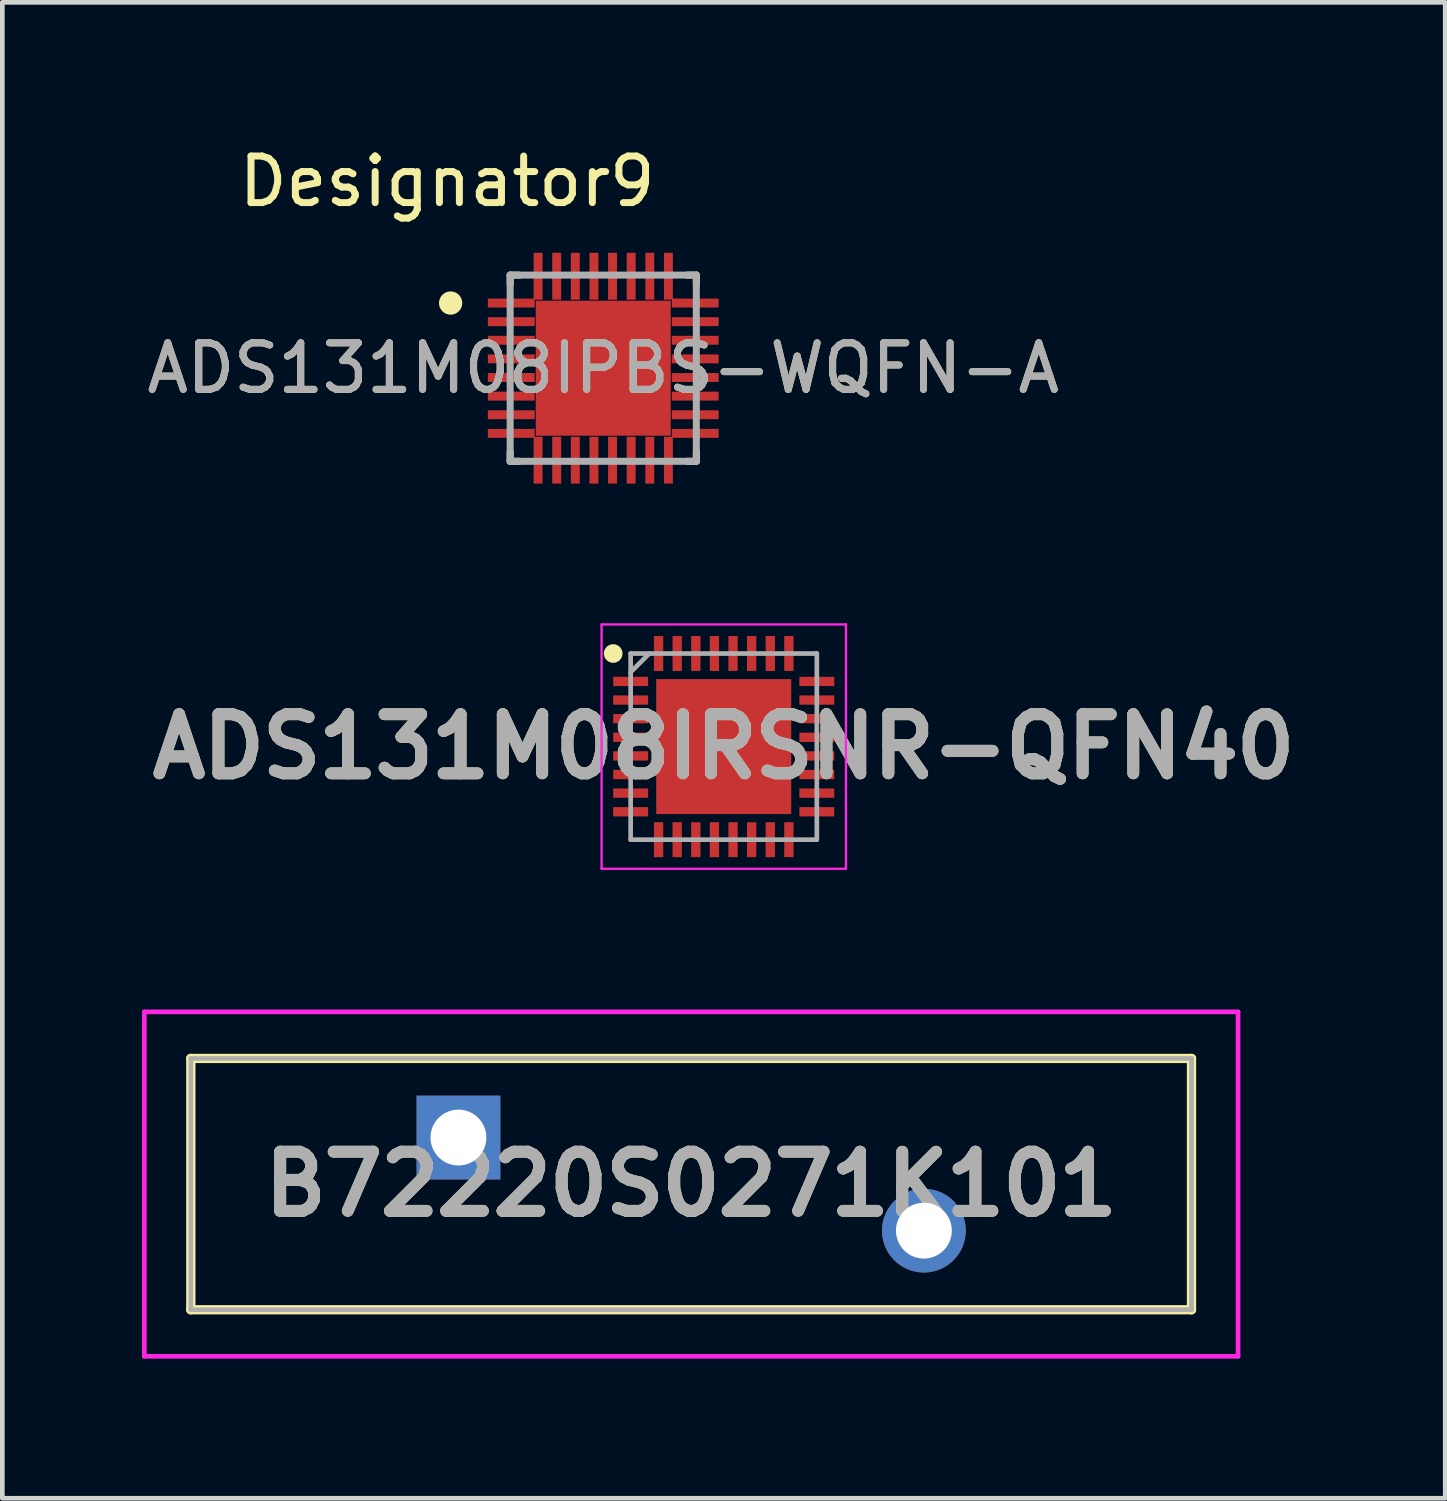
<source format=kicad_pcb>
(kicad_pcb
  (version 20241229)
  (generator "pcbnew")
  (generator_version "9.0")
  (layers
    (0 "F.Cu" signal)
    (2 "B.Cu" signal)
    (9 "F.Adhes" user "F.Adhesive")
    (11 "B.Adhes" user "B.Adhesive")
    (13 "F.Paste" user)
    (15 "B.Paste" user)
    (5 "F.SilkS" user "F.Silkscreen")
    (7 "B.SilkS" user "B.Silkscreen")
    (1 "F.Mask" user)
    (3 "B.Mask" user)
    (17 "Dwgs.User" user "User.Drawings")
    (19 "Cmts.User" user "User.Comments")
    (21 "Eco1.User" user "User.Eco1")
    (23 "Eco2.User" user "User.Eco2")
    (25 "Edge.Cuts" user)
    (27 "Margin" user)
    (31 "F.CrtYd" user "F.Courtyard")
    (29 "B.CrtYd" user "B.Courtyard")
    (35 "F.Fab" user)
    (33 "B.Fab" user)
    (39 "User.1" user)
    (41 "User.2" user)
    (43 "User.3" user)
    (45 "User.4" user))
  (footprint "ADS131M08IRSNR-QFN40"
    (layer "F.Cu")
    (at 12.5 12.991)
    (property "Reference" "ADS131M08IRSNR-QFN40" (at 0 0 0) (layer "F.SilkS") (effects (font (size 1.27 1.27) (thickness 0.254))))
    (attr smd)
    (fp_circle (center -2.375 -2) (end -2.375 -1.9) (stroke (width 0.2) (type solid)) (fill no) (layer "F.SilkS"))
    (fp_line (start -2.625 -2.625) (end 2.625 -2.625) (stroke (width 0.05) (type solid)) (layer "F.CrtYd"))
    (fp_line (start -2.625 2.625) (end -2.625 -2.625) (stroke (width 0.05) (type solid)) (layer "F.CrtYd"))
    (fp_line (start 2.625 -2.625) (end 2.625 2.625) (stroke (width 0.05) (type solid)) (layer "F.CrtYd"))
    (fp_line (start 2.625 2.625) (end -2.625 2.625) (stroke (width 0.05) (type solid)) (layer "F.CrtYd"))
    (fp_line (start -2 -2) (end 2 -2) (stroke (width 0.1) (type solid)) (layer "F.Fab"))
    (fp_line (start -2 -1.6) (end -1.6 -2) (stroke (width 0.1) (type solid)) (layer "F.Fab"))
    (fp_line (start -2 2) (end -2 -2) (stroke (width 0.1) (type solid)) (layer "F.Fab"))
    (fp_line (start 2 -2) (end 2 2) (stroke (width 0.1) (type solid)) (layer "F.Fab"))
    (fp_line (start 2 2) (end -2 2) (stroke (width 0.1) (type solid)) (layer "F.Fab"))
    (fp_text user "${REFERENCE}" (at 0 0 0) (layer "F.Fab") (effects (font (size 1.27 1.27) (thickness 0.254))))
    (pad "1" smd rect (at -2 -1.4 90) (size 0.2 0.75) (layers "F.Cu" "F.Mask" "F.Paste"))
    (pad "2" smd rect (at -2 -1 90) (size 0.2 0.75) (layers "F.Cu" "F.Mask" "F.Paste"))
    (pad "3" smd rect (at -2 -0.6 90) (size 0.2 0.75) (layers "F.Cu" "F.Mask" "F.Paste"))
    (pad "4" smd rect (at -2 -0.2 90) (size 0.2 0.75) (layers "F.Cu" "F.Mask" "F.Paste"))
    (pad "5" smd rect (at -2 0.2 90) (size 0.2 0.75) (layers "F.Cu" "F.Mask" "F.Paste"))
    (pad "6" smd rect (at -2 0.6 90) (size 0.2 0.75) (layers "F.Cu" "F.Mask" "F.Paste"))
    (pad "7" smd rect (at -2 1 90) (size 0.2 0.75) (layers "F.Cu" "F.Mask" "F.Paste"))
    (pad "8" smd rect (at -2 1.4 90) (size 0.2 0.75) (layers "F.Cu" "F.Mask" "F.Paste"))
    (pad "9" smd rect (at -1.4 2) (size 0.2 0.75) (layers "F.Cu" "F.Mask" "F.Paste"))
    (pad "10" smd rect (at -1 2) (size 0.2 0.75) (layers "F.Cu" "F.Mask" "F.Paste"))
    (pad "11" smd rect (at -0.6 2) (size 0.2 0.75) (layers "F.Cu" "F.Mask" "F.Paste"))
    (pad "12" smd rect (at -0.2 2) (size 0.2 0.75) (layers "F.Cu" "F.Mask" "F.Paste"))
    (pad "13" smd rect (at 0.2 2) (size 0.2 0.75) (layers "F.Cu" "F.Mask" "F.Paste"))
    (pad "14" smd rect (at 0.6 2) (size 0.2 0.75) (layers "F.Cu" "F.Mask" "F.Paste"))
    (pad "15" smd rect (at 1 2) (size 0.2 0.75) (layers "F.Cu" "F.Mask" "F.Paste"))
    (pad "16" smd rect (at 1.4 2) (size 0.2 0.75) (layers "F.Cu" "F.Mask" "F.Paste"))
    (pad "17" smd rect (at 2 1.4 90) (size 0.2 0.75) (layers "F.Cu" "F.Mask" "F.Paste"))
    (pad "18" smd rect (at 2 1 90) (size 0.2 0.75) (layers "F.Cu" "F.Mask" "F.Paste"))
    (pad "19" smd rect (at 2 0.6 90) (size 0.2 0.75) (layers "F.Cu" "F.Mask" "F.Paste"))
    (pad "20" smd rect (at 2 0.2 90) (size 0.2 0.75) (layers "F.Cu" "F.Mask" "F.Paste"))
    (pad "21" smd rect (at 2 -0.2 90) (size 0.2 0.75) (layers "F.Cu" "F.Mask" "F.Paste"))
    (pad "22" smd rect (at 2 -0.6 90) (size 0.2 0.75) (layers "F.Cu" "F.Mask" "F.Paste"))
    (pad "23" smd rect (at 2 -1 90) (size 0.2 0.75) (layers "F.Cu" "F.Mask" "F.Paste"))
    (pad "24" smd rect (at 2 -1.4 90) (size 0.2 0.75) (layers "F.Cu" "F.Mask" "F.Paste"))
    (pad "25" smd rect (at 1.4 -2) (size 0.2 0.75) (layers "F.Cu" "F.Mask" "F.Paste"))
    (pad "26" smd rect (at 1 -2) (size 0.2 0.75) (layers "F.Cu" "F.Mask" "F.Paste"))
    (pad "27" smd rect (at 0.6 -2) (size 0.2 0.75) (layers "F.Cu" "F.Mask" "F.Paste"))
    (pad "28" smd rect (at 0.2 -2) (size 0.2 0.75) (layers "F.Cu" "F.Mask" "F.Paste"))
    (pad "29" smd rect (at -0.2 -2) (size 0.2 0.75) (layers "F.Cu" "F.Mask" "F.Paste"))
    (pad "30" smd rect (at -0.6 -2) (size 0.2 0.75) (layers "F.Cu" "F.Mask" "F.Paste"))
    (pad "31" smd rect (at -1 -2) (size 0.2 0.75) (layers "F.Cu" "F.Mask" "F.Paste"))
    (pad "32" smd rect (at -1.4 -2) (size 0.2 0.75) (layers "F.Cu" "F.Mask" "F.Paste"))
    (pad "33" smd rect (at 0 0) (size 2.9 2.9) (layers "F.Cu" "F.Mask" "F.Paste")))
  (footprint "B72220S0271K101"
    (layer "F.Cu")
    (at 6.8 21.391)
    (property "Reference" "B72220S0271K101" (at 5 1 0) (layer "F.SilkS") (effects (font (size 1.27 1.27) (thickness 0.254))))
    (attr through_hole)
    (fp_line (start -5.75 -1.7) (end 15.75 -1.7) (stroke (width 0.2) (type solid)) (layer "F.SilkS"))
    (fp_line (start -5.75 3.7) (end -5.75 -1.7) (stroke (width 0.2) (type solid)) (layer "F.SilkS"))
    (fp_line (start 15.75 -1.7) (end 15.75 3.7) (stroke (width 0.2) (type solid)) (layer "F.SilkS"))
    (fp_line (start 15.75 3.7) (end -5.75 3.7) (stroke (width 0.2) (type solid)) (layer "F.SilkS"))
    (fp_line (start -6.75 -2.7) (end 16.75 -2.7) (stroke (width 0.1) (type solid)) (layer "F.CrtYd"))
    (fp_line (start -6.75 4.7) (end -6.75 -2.7) (stroke (width 0.1) (type solid)) (layer "F.CrtYd"))
    (fp_line (start 16.75 -2.7) (end 16.75 4.7) (stroke (width 0.1) (type solid)) (layer "F.CrtYd"))
    (fp_line (start 16.75 4.7) (end -6.75 4.7) (stroke (width 0.1) (type solid)) (layer "F.CrtYd"))
    (fp_line (start -5.75 -1.7) (end -5.75 3.7) (stroke (width 0.1) (type solid)) (layer "F.Fab"))
    (fp_line (start -5.75 3.7) (end 15.75 3.7) (stroke (width 0.1) (type solid)) (layer "F.Fab"))
    (fp_line (start 15.75 -1.7) (end -5.75 -1.7) (stroke (width 0.1) (type solid)) (layer "F.Fab"))
    (fp_line (start 15.75 3.7) (end 15.75 -1.7) (stroke (width 0.1) (type solid)) (layer "F.Fab"))
    (fp_text user "${REFERENCE}" (at 5 1 0) (layer "F.Fab") (effects (font (size 1.27 1.27) (thickness 0.254))))
    (pad "1" thru_hole rect (at 0 0) (size 1.8 1.8) (drill 1.2) (layers "*.Cu" "*.Mask"))
    (pad "2" thru_hole circle (at 10 2) (size 1.8 1.8) (drill 1.2) (layers "*.Cu" "*.Mask")))
  (footprint "ADS131M08IPBS-WQFN-A"
    (layer "F.Cu")
    (at 9.911 4.861)
    (property "Reference" "ADS131M08IPBS-WQFN-A" (at 0 0 0) (unlocked yes) (layer "F.SilkS") (effects (font (size 1 1) (thickness 0.15))))
    (attr smd)
    (fp_line (start -2 -2) (end -1.8 -2) (stroke (width 0.15) (type solid)) (layer "F.SilkS"))
    (fp_line (start -2 -1.8) (end -2 -2) (stroke (width 0.15) (type solid)) (layer "F.SilkS"))
    (fp_line (start -2 2) (end -2 1.8) (stroke (width 0.15) (type solid)) (layer "F.SilkS"))
    (fp_line (start -2 2) (end -1.8 2) (stroke (width 0.15) (type solid)) (layer "F.SilkS"))
    (fp_line (start 1.8 -2) (end 2 -2) (stroke (width 0.15) (type solid)) (layer "F.SilkS"))
    (fp_line (start 1.8 2) (end 2 2) (stroke (width 0.15) (type solid)) (layer "F.SilkS"))
    (fp_line (start 2 -1.8) (end 2 -2) (stroke (width 0.15) (type solid)) (layer "F.SilkS"))
    (fp_line (start 2 2) (end 2 1.8) (stroke (width 0.15) (type solid)) (layer "F.SilkS"))
    (fp_circle (center -3.279 -1.4) (end -3.154 -1.4) (stroke (width 0.25) (type solid)) (fill no) (layer "F.SilkS"))
    (fp_poly (pts (xy -0.917 0.917) (xy 0.917 0.917) (xy 0.917 -0.917) (xy -0.917 -0.917)) (stroke (width 0) (type solid)) (fill yes) (layer "F.Paste"))
    (fp_line (start -2 -2) (end 2 -2) (stroke (width 0.15) (type solid)) (layer "F.Fab"))
    (fp_line (start -2 2) (end -2 -2) (stroke (width 0.15) (type solid)) (layer "F.Fab"))
    (fp_line (start -2 2) (end 2 2) (stroke (width 0.15) (type solid)) (layer "F.Fab"))
    (fp_line (start 2 2) (end 2 -2) (stroke (width 0.15) (type solid)) (layer "F.Fab"))
    (fp_text user "Designator9" (at -3.353 -4.013 0) (unlocked yes) (layer "F.SilkS") (effects (font (size 1 1) (thickness 0.15))))
    (fp_text user "${REFERENCE}" (at 0 0 0) (unlocked yes) (layer "F.Fab") (effects (font (size 1 1) (thickness 0.15))))
    (pad "1" smd rect (at -1.976 -1.4 90) (size 0.192 1.007) (layers "F.Cu" "F.Mask" "F.Paste"))
    (pad "2" smd rect (at -1.976 -1 90) (size 0.192 1.007) (layers "F.Cu" "F.Mask" "F.Paste"))
    (pad "3" smd rect (at -1.976 -0.6 90) (size 0.192 1.007) (layers "F.Cu" "F.Mask" "F.Paste"))
    (pad "4" smd rect (at -1.976 -0.2 90) (size 0.192 1.007) (layers "F.Cu" "F.Mask" "F.Paste"))
    (pad "5" smd rect (at -1.976 0.2 90) (size 0.192 1.007) (layers "F.Cu" "F.Mask" "F.Paste"))
    (pad "6" smd rect (at -1.976 0.6 90) (size 0.192 1.007) (layers "F.Cu" "F.Mask" "F.Paste"))
    (pad "7" smd rect (at -1.976 1 90) (size 0.192 1.007) (layers "F.Cu" "F.Mask" "F.Paste"))
    (pad "8" smd rect (at -1.976 1.4 90) (size 0.192 1.007) (layers "F.Cu" "F.Mask" "F.Paste"))
    (pad "9" smd rect (at -1.4 1.976) (size 0.192 1.007) (layers "F.Cu" "F.Mask" "F.Paste"))
    (pad "10" smd rect (at -1 1.976) (size 0.192 1.007) (layers "F.Cu" "F.Mask" "F.Paste"))
    (pad "11" smd rect (at -0.6 1.976) (size 0.192 1.007) (layers "F.Cu" "F.Mask" "F.Paste"))
    (pad "12" smd rect (at -0.2 1.976) (size 0.192 1.007) (layers "F.Cu" "F.Mask" "F.Paste"))
    (pad "13" smd rect (at 0.2 1.976) (size 0.192 1.007) (layers "F.Cu" "F.Mask" "F.Paste"))
    (pad "14" smd rect (at 0.6 1.976) (size 0.192 1.007) (layers "F.Cu" "F.Mask" "F.Paste"))
    (pad "15" smd rect (at 1 1.976) (size 0.192 1.007) (layers "F.Cu" "F.Mask" "F.Paste"))
    (pad "16" smd rect (at 1.4 1.976) (size 0.192 1.007) (layers "F.Cu" "F.Mask" "F.Paste"))
    (pad "17" smd rect (at 1.976 1.4 90) (size 0.192 1.007) (layers "F.Cu" "F.Mask" "F.Paste"))
    (pad "18" smd rect (at 1.976 1 90) (size 0.192 1.007) (layers "F.Cu" "F.Mask" "F.Paste"))
    (pad "19" smd rect (at 1.976 0.6 90) (size 0.192 1.007) (layers "F.Cu" "F.Mask" "F.Paste"))
    (pad "20" smd rect (at 1.976 0.2 90) (size 0.192 1.007) (layers "F.Cu" "F.Mask" "F.Paste"))
    (pad "21" smd rect (at 1.976 -0.2 90) (size 0.192 1.007) (layers "F.Cu" "F.Mask" "F.Paste"))
    (pad "22" smd rect (at 1.976 -0.6 90) (size 0.192 1.007) (layers "F.Cu" "F.Mask" "F.Paste"))
    (pad "23" smd rect (at 1.976 -1 90) (size 0.192 1.007) (layers "F.Cu" "F.Mask" "F.Paste"))
    (pad "24" smd rect (at 1.976 -1.4 90) (size 0.192 1.007) (layers "F.Cu" "F.Mask" "F.Paste"))
    (pad "25" smd rect (at 1.4 -1.976) (size 0.192 1.007) (layers "F.Cu" "F.Mask" "F.Paste"))
    (pad "26" smd rect (at 1 -1.976) (size 0.192 1.007) (layers "F.Cu" "F.Mask" "F.Paste"))
    (pad "27" smd rect (at 0.6 -1.976) (size 0.192 1.007) (layers "F.Cu" "F.Mask" "F.Paste"))
    (pad "28" smd rect (at 0.2 -1.976) (size 0.192 1.007) (layers "F.Cu" "F.Mask" "F.Paste"))
    (pad "29" smd rect (at -0.2 -1.976) (size 0.192 1.007) (layers "F.Cu" "F.Mask" "F.Paste"))
    (pad "30" smd rect (at -0.6 -1.976) (size 0.192 1.007) (layers "F.Cu" "F.Mask" "F.Paste"))
    (pad "31" smd rect (at -1 -1.976) (size 0.192 1.007) (layers "F.Cu" "F.Mask" "F.Paste"))
    (pad "32" smd rect (at -1.4 -1.976) (size 0.192 1.007) (layers "F.Cu" "F.Mask" "F.Paste"))
    (pad "33" smd rect (at 0 0) (size 2.9 2.9) (layers "F.Cu" "F.Mask")))
  (gr_rect
    (start -3 -3)
    (end 28.001 29.141)
    (stroke (width 0.1) (type default))
    (fill no)
    (layer "Edge.Cuts")))
</source>
